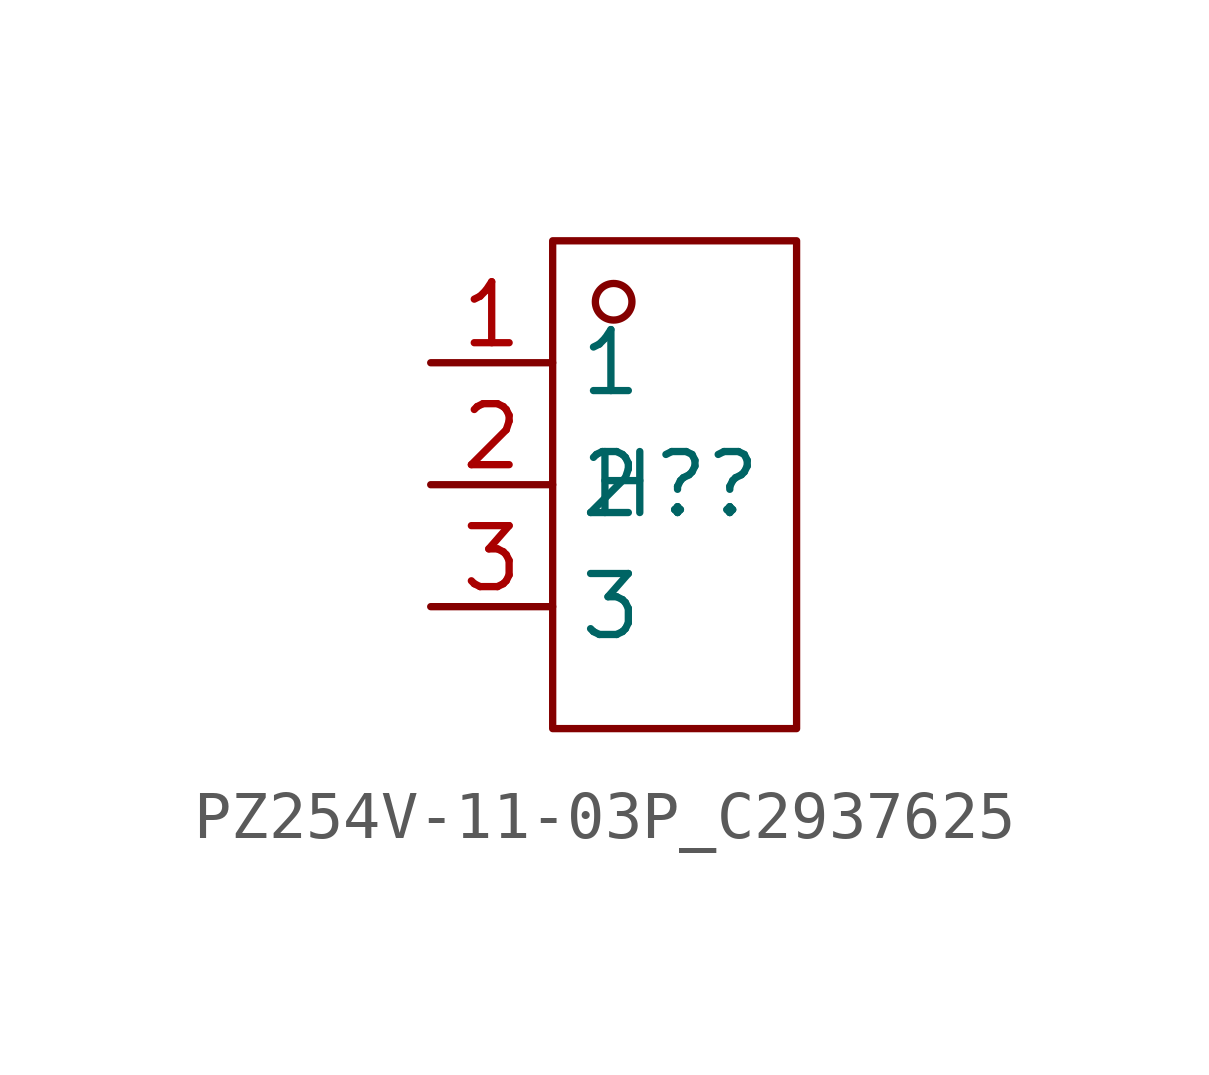
<source format=kicad_sym>
(kicad_symbol_lib
  (version 20231120)
  (generator "kicad_symbol_editor")
  (generator_version "8.0")
  (symbol "PZ254V-11-03P_C2937625"
    (property "Reference" "H?"
      (at 0 0 0)
      (effects (font (size 1.27 1.27))))
    (property "Value" ""
      (at 0 0 0)
      (effects (font (size 1.27 1.27))))
    (symbol "PZ254V-11-03P_C2937625_1_0"
      (rectangle (start -2.54 -5.08) (end 2.54 5.08) (stroke (width 0) (type default)) (fill (type none)))
      (circle (center -1.27 3.81) (radius 0.381) (stroke (width 0) (type default)) (fill (type none)))
      (pin input line (at -5.08 2.54 0) (length 2.54) (name "1" (effects (font (size 1.27 1.27)))) (number "1" (effects (font (size 1.27 1.27)))))
      (pin input line (at -5.08 0 0) (length 2.54) (name "2" (effects (font (size 1.27 1.27)))) (number "2" (effects (font (size 1.27 1.27)))))
      (pin input line (at -5.08 -2.54 0) (length 2.54) (name "3" (effects (font (size 1.27 1.27)))) (number "3" (effects (font (size 1.27 1.27))))))))
</source>
